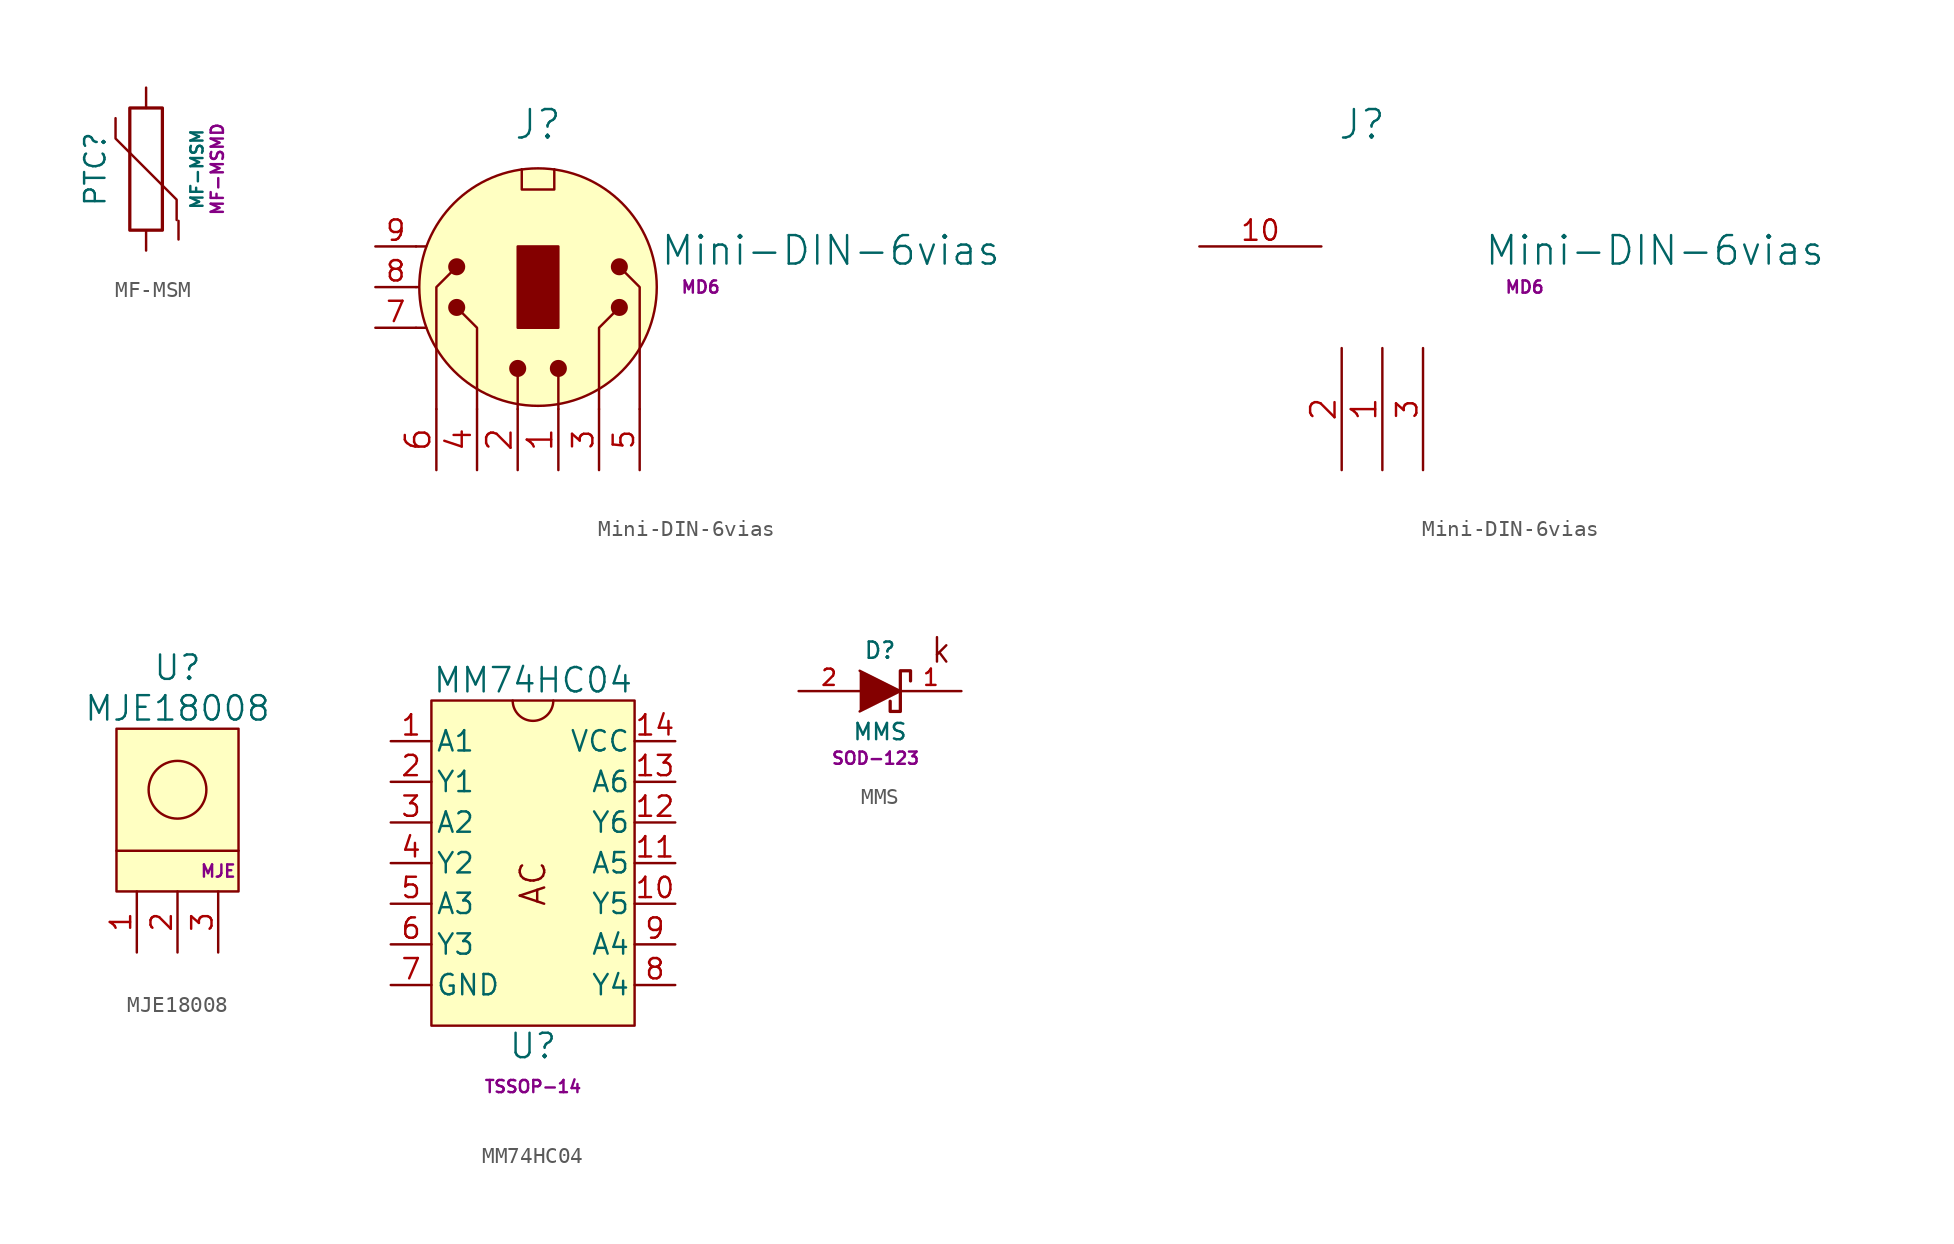
<source format=kicad_sym>
(kicad_symbol_lib
  (version 20220914)
  (generator kicad_symbol_editor)
  (symbol "MF-MSM"
    (pin_numbers hide)
    (pin_names
      (offset 0))
    (property "Reference" "PTC"
      (at -3.175 0 90)
      (effects (font (size 1.27 1.27))))
    (property "Value" "MF-MSM"
      (at 3.175 0 90)
      (effects (font (size 0.762 0.762))))
    (property "Footprint" "MF-MSMD"
      (at 4.445 0 90)
      (effects (font (size 0.762 0.762))))
    (property "Datasheet" ""
      (at 0 0 0)
      (effects (font (size 1.524 1.524))))
    (symbol "MF-MSM_0_1"
      (rectangle (start -1.016 3.81) (end 1.016 -3.81) (stroke (width 0.203) (type default)) (fill (type none)))
      (polyline (pts (xy -1.905 3.175) (xy -1.905 1.905) (xy 1.905 -1.905) (xy 1.905 -3.175) (xy 1.905 -3.175)) (stroke (width 0) (type default)) (fill (type none)))
      (text "-" (at 1.905 -3.81 900) (effects (font (size 1.524 1.524)))))
    (symbol "MF-MSM_1_1"
      (pin passive line (at 0 5.08 270) (length 1.27) (name "~" (effects (font (size 1.524 1.524)))) (number "1" (effects (font (size 1.524 1.524)))))
      (pin passive line (at 0 -5.08 90) (length 1.27) (name "~" (effects (font (size 1.524 1.524)))) (number "2" (effects (font (size 1.524 1.524)))))))
  (symbol "Mini-DIN-6vias"
    (pin_names
      (offset 1.016) hide)
    (property "Reference" "J"
      (at 0 10.16 0)
      (effects (font (size 1.778 1.778))))
    (property "Value" "Mini-DIN-6vias"
      (at 18.288 2.286 0)
      (effects (font (size 1.778 1.778))))
    (property "Footprint" "MD6"
      (at 10.16 0 0)
      (effects (font (size 0.762 0.762))))
    (property "Datasheet" ""
      (at 0 0 0)
      (effects (font (size 1.524 1.524))))
    (symbol "Mini-DIN-6vias_0_1"
      (circle (center -5.08 -1.27) (radius 0.457) (stroke (width 0) (type default)) (fill (type outline)))
      (circle (center -5.08 1.27) (radius 0.457) (stroke (width 0) (type default)) (fill (type outline)))
      (circle (center -1.27 -5.08) (radius 0.457) (stroke (width 0) (type default)) (fill (type outline)))
      (rectangle (start -1.27 2.54) (end 1.27 -2.54) (stroke (width 0) (type default)) (fill (type outline)))
      (polyline (pts (xy -7.62 -2.54) (xy -6.985 -2.54)) (stroke (width 0) (type default)) (fill (type none)))
      (polyline (pts (xy -7.62 0) (xy -7.493 0)) (stroke (width 0) (type default)) (fill (type none)))
      (polyline (pts (xy -7.62 2.54) (xy -6.985 2.54)) (stroke (width 0) (type default)) (fill (type none)))
      (polyline (pts (xy -1.27 -7.62) (xy -1.27 -5.08)) (stroke (width 0) (type default)) (fill (type none)))
      (polyline (pts (xy 1.27 -7.62) (xy 1.27 -5.08)) (stroke (width 0) (type default)) (fill (type none)))
      (polyline (pts (xy -6.35 -7.62) (xy -6.35 0) (xy -5.08 1.27)) (stroke (width 0) (type default)) (fill (type none)))
      (polyline (pts (xy -3.81 -7.62) (xy -3.81 -2.54) (xy -5.08 -1.27)) (stroke (width 0) (type default)) (fill (type none)))
      (polyline (pts (xy 3.81 -7.62) (xy 3.81 -2.54) (xy 5.08 -1.27)) (stroke (width 0) (type default)) (fill (type none)))
      (polyline (pts (xy 6.35 -7.62) (xy 6.35 0) (xy 5.08 1.27)) (stroke (width 0) (type default)) (fill (type none)))
      (polyline (pts (xy -1.016 7.366) (xy -1.016 6.096) (xy 1.016 6.096) (xy 1.016 7.366)) (stroke (width 0) (type default)) (fill (type none)))
      (circle (center 0 0) (radius 7.417) (stroke (width 0) (type default)) (fill (type background)))
      (circle (center 1.27 -5.08) (radius 0.457) (stroke (width 0) (type default)) (fill (type outline)))
      (circle (center 5.08 -1.27) (radius 0.457) (stroke (width 0) (type default)) (fill (type outline)))
      (circle (center 5.08 1.27) (radius 0.457) (stroke (width 0) (type default)) (fill (type outline))))
    (symbol "Mini-DIN-6vias_1_1"
      (pin bidirectional line (at 1.27 -11.43 90) (length 3.81) (name "~" (effects (font (size 1.524 1.524)))) (number "1" (effects (font (size 1.524 1.524)))))
      (pin bidirectional line (at -1.27 -11.43 90) (length 3.81) (name "~" (effects (font (size 1.524 1.524)))) (number "2" (effects (font (size 1.524 1.524)))))
      (pin input line (at 3.81 -11.43 90) (length 3.81) (name "~" (effects (font (size 1.27 1.27)))) (number "3" (effects (font (size 1.27 1.27)))))
      (pin bidirectional line (at -3.81 -11.43 90) (length 3.81) (name "~" (effects (font (size 1.524 1.524)))) (number "4" (effects (font (size 1.524 1.524)))))
      (pin input line (at 6.35 -11.43 90) (length 3.81) (name "~" (effects (font (size 1.27 1.27)))) (number "5" (effects (font (size 1.27 1.27)))))
      (pin bidirectional line (at -6.35 -11.43 90) (length 3.81) (name "~" (effects (font (size 1.524 1.524)))) (number "6" (effects (font (size 1.524 1.524)))))
      (pin input line (at -10.16 -2.54 0) (length 2.54) (name "S" (effects (font (size 1.27 1.27)))) (number "7" (effects (font (size 1.27 1.27)))))
      (pin input line (at -10.16 0 0) (length 2.54) (name "S" (effects (font (size 1.27 1.27)))) (number "8" (effects (font (size 1.27 1.27)))))
      (pin input line (at -10.16 2.54 0) (length 2.54) (name "S" (effects (font (size 1.27 1.27)))) (number "9" (effects (font (size 1.27 1.27))))))
    (symbol "Mini-DIN-6vias_1_2"
      (pin bidirectional line (at 1.27 -11.43 90) (length 7.62) (name "~" (effects (font (size 1.524 1.524)))) (number "1" (effects (font (size 1.524 1.524)))))
      (pin input line (at -10.16 2.54 0) (length 7.62) (name "S" (effects (font (size 1.27 1.27)))) (number "10" (effects (font (size 1.27 1.27)))))
      (pin bidirectional line (at -1.27 -11.43 90) (length 7.62) (name "~" (effects (font (size 1.524 1.524)))) (number "2" (effects (font (size 1.524 1.524)))))
      (pin input line (at 3.81 -11.43 90) (length 7.62) (name "~" (effects (font (size 1.27 1.27)))) (number "3" (effects (font (size 1.27 1.27)))))))
  (symbol "MJE18008"
    (pin_names
      (offset 1.016))
    (property "Reference" "U"
      (at 0 13.97 0)
      (effects (font (size 1.524 1.524))))
    (property "Value" "MJE18008"
      (at 0 11.43 0)
      (effects (font (size 1.524 1.524))))
    (property "Footprint" "MJE"
      (at 2.54 1.27 0)
      (effects (font (size 0.762 0.762))))
    (property "Datasheet" ""
      (at 0 0 0)
      (effects (font (size 1.524 1.524))))
    (symbol "MJE18008_0_1"
      (rectangle (start -3.81 10.16) (end 3.81 0) (stroke (width 0) (type default)) (fill (type background)))
      (polyline (pts (xy 3.81 2.54) (xy -3.81 2.54)) (stroke (width 0) (type default)) (fill (type none)))
      (circle (center 0 6.35) (radius 1.803) (stroke (width 0) (type default)) (fill (type none))))
    (symbol "MJE18008_1_1"
      (pin input line (at -2.54 -3.81 90) (length 3.81) (name "~" (effects (font (size 1.27 1.27)))) (number "1" (effects (font (size 1.27 1.27)))))
      (pin input line (at 0 -3.81 90) (length 3.81) (name "~" (effects (font (size 1.27 1.27)))) (number "2" (effects (font (size 1.27 1.27)))))
      (pin input line (at 2.54 -3.81 90) (length 3.81) (name "~" (effects (font (size 1.27 1.27)))) (number "3" (effects (font (size 1.27 1.27)))))))
  (symbol "MM74HC04"
    (pin_names
      (offset 0.254))
    (property "Reference" "U"
      (at 0 -10.16 0)
      (effects (font (size 1.524 1.524))))
    (property "Value" "MM74HC04"
      (at 0 12.7 0)
      (effects (font (size 1.524 1.524))))
    (property "Footprint" "TSSOP-14"
      (at 0 -12.7 0)
      (effects (font (size 0.762 0.762))))
    (property "Datasheet" ""
      (at 0 0 0)
      (effects (font (size 1.524 1.524))))
    (symbol "MM74HC04_0_0"
      (text "AC" (at 0 0 900) (effects (font (size 1.524 1.524)))))
    (symbol "MM74HC04_0_1"
      (rectangle (start -6.35 11.43) (end 6.35 -8.89) (stroke (width 0) (type default)) (fill (type background)))
      (arc (start -1.27 11.43) (mid 0 10.1655) (end 1.27 11.43) (stroke (width 0) (type default)) (fill (type none))))
    (symbol "MM74HC04_1_1"
      (pin bidirectional line (at -8.89 8.89 0) (length 2.54) (name "A1" (effects (font (size 1.27 1.27)))) (number "1" (effects (font (size 1.27 1.27)))))
      (pin bidirectional line (at 8.89 -1.27 180) (length 2.54) (name "Y5" (effects (font (size 1.27 1.27)))) (number "10" (effects (font (size 1.27 1.27)))))
      (pin bidirectional line (at 8.89 1.27 180) (length 2.54) (name "A5" (effects (font (size 1.27 1.27)))) (number "11" (effects (font (size 1.27 1.27)))))
      (pin bidirectional line (at 8.89 3.81 180) (length 2.54) (name "Y6" (effects (font (size 1.27 1.27)))) (number "12" (effects (font (size 1.27 1.27)))))
      (pin bidirectional line (at 8.89 6.35 180) (length 2.54) (name "A6" (effects (font (size 1.27 1.27)))) (number "13" (effects (font (size 1.27 1.27)))))
      (pin bidirectional line (at 8.89 8.89 180) (length 2.54) (name "VCC" (effects (font (size 1.27 1.27)))) (number "14" (effects (font (size 1.27 1.27)))))
      (pin bidirectional line (at -8.89 6.35 0) (length 2.54) (name "Y1" (effects (font (size 1.27 1.27)))) (number "2" (effects (font (size 1.27 1.27)))))
      (pin bidirectional line (at -8.89 3.81 0) (length 2.54) (name "A2" (effects (font (size 1.27 1.27)))) (number "3" (effects (font (size 1.27 1.27)))))
      (pin bidirectional line (at -8.89 1.27 0) (length 2.54) (name "Y2" (effects (font (size 1.27 1.27)))) (number "4" (effects (font (size 1.27 1.27)))))
      (pin bidirectional line (at -8.89 -1.27 0) (length 2.54) (name "A3" (effects (font (size 1.27 1.27)))) (number "5" (effects (font (size 1.27 1.27)))))
      (pin bidirectional line (at -8.89 -3.81 0) (length 2.54) (name "Y3" (effects (font (size 1.27 1.27)))) (number "6" (effects (font (size 1.27 1.27)))))
      (pin bidirectional line (at -8.89 -6.35 0) (length 2.54) (name "GND" (effects (font (size 1.27 1.27)))) (number "7" (effects (font (size 1.27 1.27)))))
      (pin bidirectional line (at 8.89 -6.35 180) (length 2.54) (name "Y4" (effects (font (size 1.27 1.27)))) (number "8" (effects (font (size 1.27 1.27)))))
      (pin bidirectional line (at 8.89 -3.81 180) (length 2.54) (name "A4" (effects (font (size 1.27 1.27)))) (number "9" (effects (font (size 1.27 1.27)))))))
  (symbol "MMS"
    (pin_names
      (offset 0.254) hide)
    (property "Reference" "D"
      (at 0 2.54 0)
      (effects (font (size 1.016 1.016))))
    (property "Value" "MMS"
      (at 0 -2.54 0)
      (effects (font (size 1.016 1.016))))
    (property "Footprint" "SOD-123"
      (at -0.279 -4.191 0)
      (effects (font (size 0.762 0.762))))
    (property "Datasheet" ""
      (at 0 0 0)
      (effects (font (size 1.524 1.524))))
    (symbol "MMS_0_0"
      (text "k" (at 3.81 2.54 0) (effects (font (size 1.524 1.524)))))
    (symbol "MMS_0_1"
      (polyline (pts (xy -1.27 1.27) (xy 1.27 0) (xy -1.27 -1.27)) (stroke (width 0) (type default)) (fill (type outline)))
      (polyline (pts (xy 1.905 0.635) (xy 1.905 1.27) (xy 1.27 1.27) (xy 1.27 -1.27) (xy 0.635 -1.27) (xy 0.635 -0.635)) (stroke (width 0.203) (type default)) (fill (type none))))
    (symbol "MMS_1_1"
      (pin passive line (at 5.08 0 180) (length 3.81) (name "K" (effects (font (size 1.016 1.016)))) (number "1" (effects (font (size 1.016 1.016)))))
      (pin passive line (at -5.08 0 0) (length 3.81) (name "A" (effects (font (size 1.016 1.016)))) (number "2" (effects (font (size 1.016 1.016))))))))
</source>
